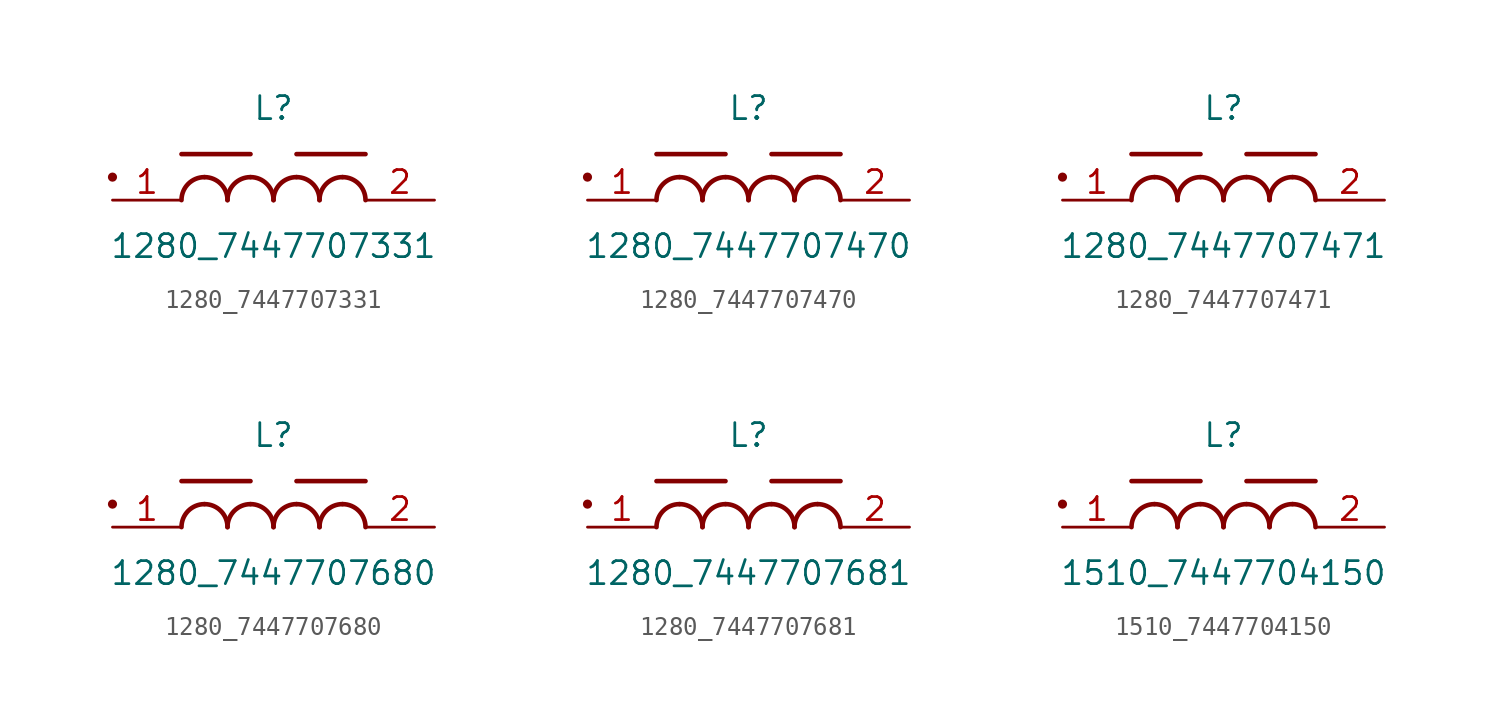
<source format=kicad_sym>
(kicad_symbol_lib
  (version 20211014)
  (generator kicad_symbol_editor)
  (symbol "Inductor_Wurth_WE-PD:1280_7447707331"
    (pin_names hide)
    (property "Reference" "L"
      (at 0 5.08 0)
      (effects (font (size 1.27 1.27))))
    (property "Value" "1280_7447707331"
      (at 0 -2.54 0)
      (effects (font (size 1.27 1.27))))
    (symbol "1280_7447707331_0_1"
      (circle (center -8.89 1.27) (radius 0.0001) (stroke (width 0.254)) (stroke (width 0.254) (type default) (color 0 0 0 0)) (fill (type none)))
      (arc (start -3.81 1.27) (mid -4.708 0.898) (end -5.08 0) (stroke (width 0.254) (type default) (color 0 0 0 0)) (fill (type none)))
      (arc (start -2.54 0) (mid -2.912 0.898) (end -3.81 1.27) (stroke (width 0.254) (type default) (color 0 0 0 0)) (fill (type none)))
      (arc (start -1.2699 1.2701) (mid -2.1679 0.8981) (end -2.5399 0.0001) (stroke (width 0.254) (type default) (color 0 0 0 0)) (fill (type none)))
      (polyline (pts (xy -5.08 2.54) (xy -1.27 2.54)) (stroke (width 0.254) (type default) (color 0 0 0 0)) (fill (type none)))
      (polyline (pts (xy 5.08 2.54) (xy 1.27 2.54)) (stroke (width 0.254) (type default) (color 0 0 0 0)) (fill (type none)))
      (arc (start 0.0001 0.0001) (mid -0.3719 0.8981) (end -1.2699 1.2701) (stroke (width 0.254) (type default) (color 0 0 0 0)) (fill (type none)))
      (arc (start 1.2701 1.2701) (mid 0.3721 0.8981) (end 0.0001 0.0001) (stroke (width 0.254) (type default) (color 0 0 0 0)) (fill (type none)))
      (arc (start 2.5401 0.0001) (mid 2.1681 0.8981) (end 1.2701 1.2701) (stroke (width 0.254) (type default) (color 0 0 0 0)) (fill (type none)))
      (arc (start 3.8101 1.2701) (mid 2.9121 0.8981) (end 2.5401 0.0001) (stroke (width 0.254) (type default) (color 0 0 0 0)) (fill (type none)))
      (arc (start 5.0801 0.0001) (mid 4.7081 0.8981) (end 3.8101 1.2701) (stroke (width 0.254) (type default) (color 0 0 0 0)) (fill (type none))))
    (symbol "1280_7447707331_1_1"
      (pin passive line (at -8.89 0 0) (length 3.81) (name "1" (effects (font (size 1.27 1.27)))) (number "1" (effects (font (size 1.27 1.27)))))
      (pin passive line (at 8.89 0 180) (length 3.81) (name "2" (effects (font (size 1.27 1.27)))) (number "2" (effects (font (size 1.27 1.27)))))))
  (symbol "Inductor_Wurth_WE-PD:1280_7447707470"
    (pin_names hide)
    (property "Reference" "L"
      (at 0 5.08 0)
      (effects (font (size 1.27 1.27))))
    (property "Value" "1280_7447707470"
      (at 0 -2.54 0)
      (effects (font (size 1.27 1.27))))
    (symbol "1280_7447707470_0_1"
      (circle (center -8.89 1.27) (radius 0.0001) (stroke (width 0.254)) (stroke (width 0.254) (type default) (color 0 0 0 0)) (fill (type none)))
      (arc (start -3.81 1.27) (mid -4.708 0.898) (end -5.08 0) (stroke (width 0.254) (type default) (color 0 0 0 0)) (fill (type none)))
      (arc (start -2.54 0) (mid -2.912 0.898) (end -3.81 1.27) (stroke (width 0.254) (type default) (color 0 0 0 0)) (fill (type none)))
      (arc (start -1.2699 1.2701) (mid -2.1679 0.8981) (end -2.5399 0.0001) (stroke (width 0.254) (type default) (color 0 0 0 0)) (fill (type none)))
      (polyline (pts (xy -5.08 2.54) (xy -1.27 2.54)) (stroke (width 0.254) (type default) (color 0 0 0 0)) (fill (type none)))
      (polyline (pts (xy 5.08 2.54) (xy 1.27 2.54)) (stroke (width 0.254) (type default) (color 0 0 0 0)) (fill (type none)))
      (arc (start 0.0001 0.0001) (mid -0.3719 0.8981) (end -1.2699 1.2701) (stroke (width 0.254) (type default) (color 0 0 0 0)) (fill (type none)))
      (arc (start 1.2701 1.2701) (mid 0.3721 0.8981) (end 0.0001 0.0001) (stroke (width 0.254) (type default) (color 0 0 0 0)) (fill (type none)))
      (arc (start 2.5401 0.0001) (mid 2.1681 0.8981) (end 1.2701 1.2701) (stroke (width 0.254) (type default) (color 0 0 0 0)) (fill (type none)))
      (arc (start 3.8101 1.2701) (mid 2.9121 0.8981) (end 2.5401 0.0001) (stroke (width 0.254) (type default) (color 0 0 0 0)) (fill (type none)))
      (arc (start 5.0801 0.0001) (mid 4.7081 0.8981) (end 3.8101 1.2701) (stroke (width 0.254) (type default) (color 0 0 0 0)) (fill (type none))))
    (symbol "1280_7447707470_1_1"
      (pin passive line (at -8.89 0 0) (length 3.81) (name "1" (effects (font (size 1.27 1.27)))) (number "1" (effects (font (size 1.27 1.27)))))
      (pin passive line (at 8.89 0 180) (length 3.81) (name "2" (effects (font (size 1.27 1.27)))) (number "2" (effects (font (size 1.27 1.27)))))))
  (symbol "Inductor_Wurth_WE-PD:1280_7447707471"
    (pin_names hide)
    (property "Reference" "L"
      (at 0 5.08 0)
      (effects (font (size 1.27 1.27))))
    (property "Value" "1280_7447707471"
      (at 0 -2.54 0)
      (effects (font (size 1.27 1.27))))
    (symbol "1280_7447707471_0_1"
      (circle (center -8.89 1.27) (radius 0.0001) (stroke (width 0.254)) (stroke (width 0.254) (type default) (color 0 0 0 0)) (fill (type none)))
      (arc (start -3.81 1.27) (mid -4.708 0.898) (end -5.08 0) (stroke (width 0.254) (type default) (color 0 0 0 0)) (fill (type none)))
      (arc (start -2.54 0) (mid -2.912 0.898) (end -3.81 1.27) (stroke (width 0.254) (type default) (color 0 0 0 0)) (fill (type none)))
      (arc (start -1.2699 1.2701) (mid -2.1679 0.8981) (end -2.5399 0.0001) (stroke (width 0.254) (type default) (color 0 0 0 0)) (fill (type none)))
      (polyline (pts (xy -5.08 2.54) (xy -1.27 2.54)) (stroke (width 0.254) (type default) (color 0 0 0 0)) (fill (type none)))
      (polyline (pts (xy 5.08 2.54) (xy 1.27 2.54)) (stroke (width 0.254) (type default) (color 0 0 0 0)) (fill (type none)))
      (arc (start 0.0001 0.0001) (mid -0.3719 0.8981) (end -1.2699 1.2701) (stroke (width 0.254) (type default) (color 0 0 0 0)) (fill (type none)))
      (arc (start 1.2701 1.2701) (mid 0.3721 0.8981) (end 0.0001 0.0001) (stroke (width 0.254) (type default) (color 0 0 0 0)) (fill (type none)))
      (arc (start 2.5401 0.0001) (mid 2.1681 0.8981) (end 1.2701 1.2701) (stroke (width 0.254) (type default) (color 0 0 0 0)) (fill (type none)))
      (arc (start 3.8101 1.2701) (mid 2.9121 0.8981) (end 2.5401 0.0001) (stroke (width 0.254) (type default) (color 0 0 0 0)) (fill (type none)))
      (arc (start 5.0801 0.0001) (mid 4.7081 0.8981) (end 3.8101 1.2701) (stroke (width 0.254) (type default) (color 0 0 0 0)) (fill (type none))))
    (symbol "1280_7447707471_1_1"
      (pin passive line (at -8.89 0 0) (length 3.81) (name "1" (effects (font (size 1.27 1.27)))) (number "1" (effects (font (size 1.27 1.27)))))
      (pin passive line (at 8.89 0 180) (length 3.81) (name "2" (effects (font (size 1.27 1.27)))) (number "2" (effects (font (size 1.27 1.27)))))))
  (symbol "Inductor_Wurth_WE-PD:1280_7447707680"
    (pin_names hide)
    (property "Reference" "L"
      (at 0 5.08 0)
      (effects (font (size 1.27 1.27))))
    (property "Value" "1280_7447707680"
      (at 0 -2.54 0)
      (effects (font (size 1.27 1.27))))
    (symbol "1280_7447707680_0_1"
      (circle (center -8.89 1.27) (radius 0.0001) (stroke (width 0.254)) (stroke (width 0.254) (type default) (color 0 0 0 0)) (fill (type none)))
      (arc (start -3.81 1.27) (mid -4.708 0.898) (end -5.08 0) (stroke (width 0.254) (type default) (color 0 0 0 0)) (fill (type none)))
      (arc (start -2.54 0) (mid -2.912 0.898) (end -3.81 1.27) (stroke (width 0.254) (type default) (color 0 0 0 0)) (fill (type none)))
      (arc (start -1.2699 1.2701) (mid -2.1679 0.8981) (end -2.5399 0.0001) (stroke (width 0.254) (type default) (color 0 0 0 0)) (fill (type none)))
      (polyline (pts (xy -5.08 2.54) (xy -1.27 2.54)) (stroke (width 0.254) (type default) (color 0 0 0 0)) (fill (type none)))
      (polyline (pts (xy 5.08 2.54) (xy 1.27 2.54)) (stroke (width 0.254) (type default) (color 0 0 0 0)) (fill (type none)))
      (arc (start 0.0001 0.0001) (mid -0.3719 0.8981) (end -1.2699 1.2701) (stroke (width 0.254) (type default) (color 0 0 0 0)) (fill (type none)))
      (arc (start 1.2701 1.2701) (mid 0.3721 0.8981) (end 0.0001 0.0001) (stroke (width 0.254) (type default) (color 0 0 0 0)) (fill (type none)))
      (arc (start 2.5401 0.0001) (mid 2.1681 0.8981) (end 1.2701 1.2701) (stroke (width 0.254) (type default) (color 0 0 0 0)) (fill (type none)))
      (arc (start 3.8101 1.2701) (mid 2.9121 0.8981) (end 2.5401 0.0001) (stroke (width 0.254) (type default) (color 0 0 0 0)) (fill (type none)))
      (arc (start 5.0801 0.0001) (mid 4.7081 0.8981) (end 3.8101 1.2701) (stroke (width 0.254) (type default) (color 0 0 0 0)) (fill (type none))))
    (symbol "1280_7447707680_1_1"
      (pin passive line (at -8.89 0 0) (length 3.81) (name "1" (effects (font (size 1.27 1.27)))) (number "1" (effects (font (size 1.27 1.27)))))
      (pin passive line (at 8.89 0 180) (length 3.81) (name "2" (effects (font (size 1.27 1.27)))) (number "2" (effects (font (size 1.27 1.27)))))))
  (symbol "Inductor_Wurth_WE-PD:1280_7447707681"
    (pin_names hide)
    (property "Reference" "L"
      (at 0 5.08 0)
      (effects (font (size 1.27 1.27))))
    (property "Value" "1280_7447707681"
      (at 0 -2.54 0)
      (effects (font (size 1.27 1.27))))
    (symbol "1280_7447707681_0_1"
      (circle (center -8.89 1.27) (radius 0.0001) (stroke (width 0.254)) (stroke (width 0.254) (type default) (color 0 0 0 0)) (fill (type none)))
      (arc (start -3.81 1.27) (mid -4.708 0.898) (end -5.08 0) (stroke (width 0.254) (type default) (color 0 0 0 0)) (fill (type none)))
      (arc (start -2.54 0) (mid -2.912 0.898) (end -3.81 1.27) (stroke (width 0.254) (type default) (color 0 0 0 0)) (fill (type none)))
      (arc (start -1.2699 1.2701) (mid -2.1679 0.8981) (end -2.5399 0.0001) (stroke (width 0.254) (type default) (color 0 0 0 0)) (fill (type none)))
      (polyline (pts (xy -5.08 2.54) (xy -1.27 2.54)) (stroke (width 0.254) (type default) (color 0 0 0 0)) (fill (type none)))
      (polyline (pts (xy 5.08 2.54) (xy 1.27 2.54)) (stroke (width 0.254) (type default) (color 0 0 0 0)) (fill (type none)))
      (arc (start 0.0001 0.0001) (mid -0.3719 0.8981) (end -1.2699 1.2701) (stroke (width 0.254) (type default) (color 0 0 0 0)) (fill (type none)))
      (arc (start 1.2701 1.2701) (mid 0.3721 0.8981) (end 0.0001 0.0001) (stroke (width 0.254) (type default) (color 0 0 0 0)) (fill (type none)))
      (arc (start 2.5401 0.0001) (mid 2.1681 0.8981) (end 1.2701 1.2701) (stroke (width 0.254) (type default) (color 0 0 0 0)) (fill (type none)))
      (arc (start 3.8101 1.2701) (mid 2.9121 0.8981) (end 2.5401 0.0001) (stroke (width 0.254) (type default) (color 0 0 0 0)) (fill (type none)))
      (arc (start 5.0801 0.0001) (mid 4.7081 0.8981) (end 3.8101 1.2701) (stroke (width 0.254) (type default) (color 0 0 0 0)) (fill (type none))))
    (symbol "1280_7447707681_1_1"
      (pin passive line (at -8.89 0 0) (length 3.81) (name "1" (effects (font (size 1.27 1.27)))) (number "1" (effects (font (size 1.27 1.27)))))
      (pin passive line (at 8.89 0 180) (length 3.81) (name "2" (effects (font (size 1.27 1.27)))) (number "2" (effects (font (size 1.27 1.27)))))))
  (symbol "Inductor_Wurth_WE-PD:1510_7447704150"
    (pin_names hide)
    (property "Reference" "L"
      (at 0 5.08 0)
      (effects (font (size 1.27 1.27))))
    (property "Value" "1510_7447704150"
      (at 0 -2.54 0)
      (effects (font (size 1.27 1.27))))
    (symbol "1510_7447704150_0_1"
      (circle (center -8.89 1.27) (radius 0.0001) (stroke (width 0.254)) (stroke (width 0.254) (type default) (color 0 0 0 0)) (fill (type none)))
      (arc (start -3.81 1.27) (mid -4.708 0.898) (end -5.08 0) (stroke (width 0.254) (type default) (color 0 0 0 0)) (fill (type none)))
      (arc (start -2.54 0) (mid -2.912 0.898) (end -3.81 1.27) (stroke (width 0.254) (type default) (color 0 0 0 0)) (fill (type none)))
      (arc (start -1.2699 1.2701) (mid -2.1679 0.8981) (end -2.5399 0.0001) (stroke (width 0.254) (type default) (color 0 0 0 0)) (fill (type none)))
      (polyline (pts (xy -5.08 2.54) (xy -1.27 2.54)) (stroke (width 0.254) (type default) (color 0 0 0 0)) (fill (type none)))
      (polyline (pts (xy 5.08 2.54) (xy 1.27 2.54)) (stroke (width 0.254) (type default) (color 0 0 0 0)) (fill (type none)))
      (arc (start 0.0001 0.0001) (mid -0.3719 0.8981) (end -1.2699 1.2701) (stroke (width 0.254) (type default) (color 0 0 0 0)) (fill (type none)))
      (arc (start 1.2701 1.2701) (mid 0.3721 0.8981) (end 0.0001 0.0001) (stroke (width 0.254) (type default) (color 0 0 0 0)) (fill (type none)))
      (arc (start 2.5401 0.0001) (mid 2.1681 0.8981) (end 1.2701 1.2701) (stroke (width 0.254) (type default) (color 0 0 0 0)) (fill (type none)))
      (arc (start 3.8101 1.2701) (mid 2.9121 0.8981) (end 2.5401 0.0001) (stroke (width 0.254) (type default) (color 0 0 0 0)) (fill (type none)))
      (arc (start 5.0801 0.0001) (mid 4.7081 0.8981) (end 3.8101 1.2701) (stroke (width 0.254) (type default) (color 0 0 0 0)) (fill (type none))))
    (symbol "1510_7447704150_1_1"
      (pin passive line (at -8.89 0 0) (length 3.81) (name "1" (effects (font (size 1.27 1.27)))) (number "1" (effects (font (size 1.27 1.27)))))
      (pin passive line (at 8.89 0 180) (length 3.81) (name "2" (effects (font (size 1.27 1.27)))) (number "2" (effects (font (size 1.27 1.27))))))))
</source>
